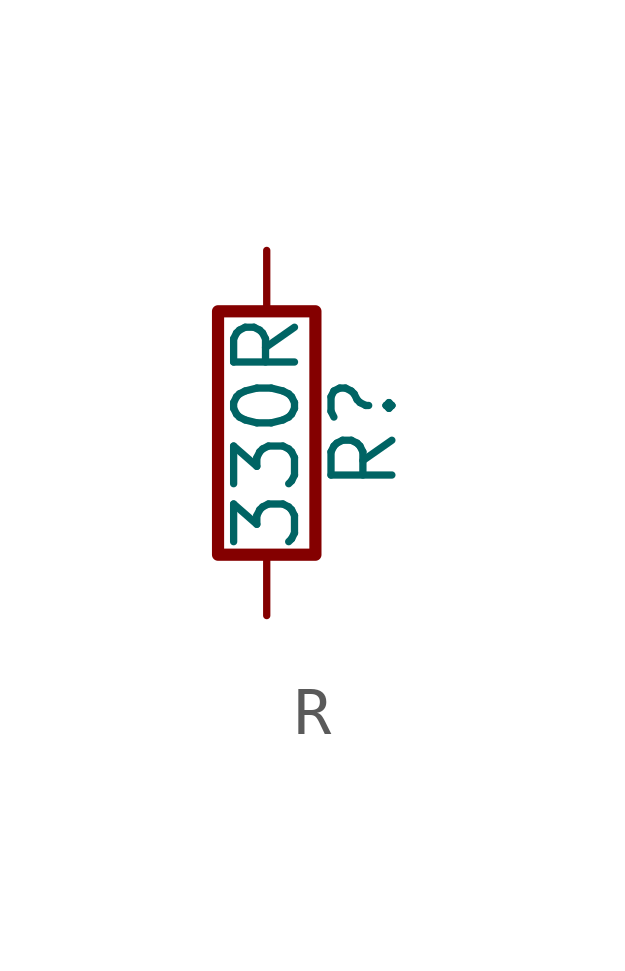
<source format=kicad_sym>
(kicad_symbol_lib
  (version 20241209)
  (generator "kicad_symbol_editor")
  (generator_version "9.0")
  (symbol "R"
    (pin_numbers
      (hide yes))
    (pin_names
      (offset 0))
    (property "Reference" "R"
      (at 2.032 0 90)
      (effects (font (size 1.27 1.27))))
    (property "Value" "330R"
      (at 0 0 90)
      (effects (font (size 1.27 1.27))))
    (symbol "R_0_1"
      (rectangle (start -1.016 -2.54) (end 1.016 2.54) (stroke (width 0.254) (type default)) (fill (type none))))
    (symbol "R_1_1"
      (pin passive line (at 0 3.81 270) (length 1.27) (name "~" (effects (font (size 1.27 1.27)))) (number "1" (effects (font (size 1.27 1.27)))))
      (pin passive line (at 0 -3.81 90) (length 1.27) (name "~" (effects (font (size 1.27 1.27)))) (number "2" (effects (font (size 1.27 1.27))))))))
</source>
